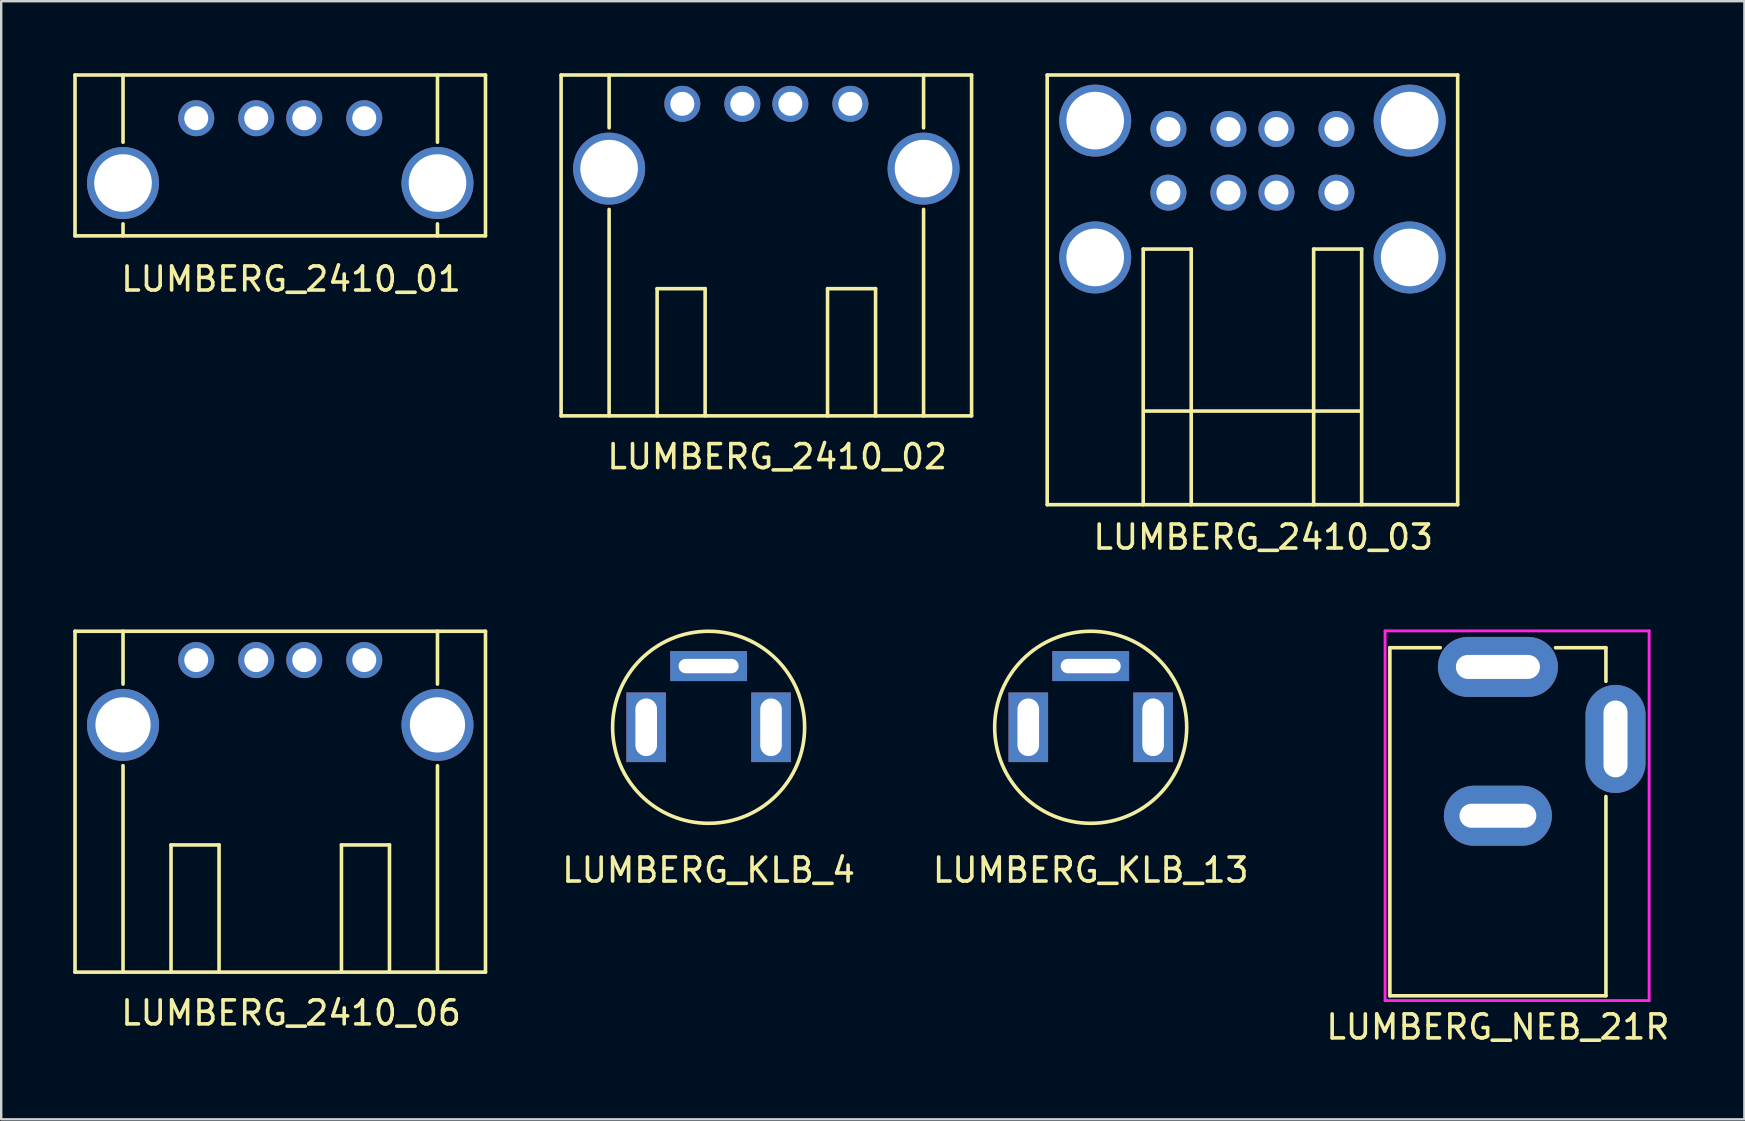
<source format=kicad_pcb>
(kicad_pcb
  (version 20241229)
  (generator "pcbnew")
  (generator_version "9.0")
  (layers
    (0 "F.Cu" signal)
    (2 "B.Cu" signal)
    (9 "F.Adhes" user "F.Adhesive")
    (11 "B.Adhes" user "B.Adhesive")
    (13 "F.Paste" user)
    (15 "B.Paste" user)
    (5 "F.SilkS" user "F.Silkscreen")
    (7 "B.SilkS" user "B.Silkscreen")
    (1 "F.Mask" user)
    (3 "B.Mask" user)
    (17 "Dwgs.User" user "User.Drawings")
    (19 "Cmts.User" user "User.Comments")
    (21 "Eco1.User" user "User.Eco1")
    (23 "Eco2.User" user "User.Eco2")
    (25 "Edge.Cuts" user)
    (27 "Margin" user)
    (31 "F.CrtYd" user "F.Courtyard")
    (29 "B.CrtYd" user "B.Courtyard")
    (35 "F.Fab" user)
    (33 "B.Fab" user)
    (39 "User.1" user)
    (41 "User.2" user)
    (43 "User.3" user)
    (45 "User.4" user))
  (footprint "LUMBERG_KLB_13"
    (layer "F.Cu")
    (at 42.387 27.248)
    (property "Reference" "LUMBERG_KLB_13" (at 0 5.95 0) (layer "F.SilkS") (effects (font (size 1 1) (thickness 0.15))))
    (attr through_hole)
    (fp_circle (center 0 0) (end 4 0) (stroke (width 0.15) (type solid)) (fill no) (layer "F.SilkS"))
    (pad "1" thru_hole rect (at 2.6 0) (size 1.65 2.9) (drill oval 0.9 2.4) (layers "*.Cu" "*.Mask"))
    (pad "2" thru_hole rect (at 0 -2.55 90) (size 1.25 3.2) (drill oval 0.6 2.5) (layers "*.Cu" "*.Mask"))
    (pad "3" thru_hole rect (at -2.6 0) (size 1.65 2.9) (drill oval 0.9 2.4) (layers "*.Cu" "*.Mask")))
  (footprint "LUMBERG_2410_02"
    (layer "F.Cu")
    (at 22.325 3.975)
    (property "Reference" "LUMBERG_2410_02" (at 7 12 0) (layer "F.SilkS") (effects (font (size 1 1) (thickness 0.15))))
    (attr through_hole)
    (fp_line (start -2 -3.9) (end 15.1 -3.9) (stroke (width 0.15) (type solid)) (layer "F.SilkS"))
    (fp_line (start -2 10.3) (end -2 -3.9) (stroke (width 0.15) (type solid)) (layer "F.SilkS"))
    (fp_line (start 0 -3.9) (end 0 -1.7) (stroke (width 0.15) (type solid)) (layer "F.SilkS"))
    (fp_line (start 0 1.7) (end 0 10.3) (stroke (width 0.15) (type solid)) (layer "F.SilkS"))
    (fp_line (start 2 5) (end 2 10.3) (stroke (width 0.15) (type solid)) (layer "F.SilkS"))
    (fp_line (start 2 5) (end 4 5) (stroke (width 0.15) (type solid)) (layer "F.SilkS"))
    (fp_line (start 4 5) (end 4 10.3) (stroke (width 0.15) (type solid)) (layer "F.SilkS"))
    (fp_line (start 9.1 5) (end 9.1 10.3) (stroke (width 0.15) (type solid)) (layer "F.SilkS"))
    (fp_line (start 9.1 5) (end 11.1 5) (stroke (width 0.15) (type solid)) (layer "F.SilkS"))
    (fp_line (start 11.1 5) (end 11.1 10.3) (stroke (width 0.15) (type solid)) (layer "F.SilkS"))
    (fp_line (start 13.1 -3.9) (end 13.1 -1.7) (stroke (width 0.15) (type solid)) (layer "F.SilkS"))
    (fp_line (start 13.1 1.7) (end 13.1 10.3) (stroke (width 0.15) (type solid)) (layer "F.SilkS"))
    (fp_line (start 15.1 -3.9) (end 15.1 10.3) (stroke (width 0.15) (type solid)) (layer "F.SilkS"))
    (fp_line (start 15.1 10.3) (end -2 10.3) (stroke (width 0.15) (type solid)) (layer "F.SilkS"))
    (pad "1" thru_hole circle (at 3.05 -2.7) (size 1.5 1.5) (drill 1) (layers "*.Cu" "*.Mask"))
    (pad "2" thru_hole circle (at 5.55 -2.7) (size 1.5 1.5) (drill 1) (layers "*.Cu" "*.Mask"))
    (pad "3" thru_hole circle (at 7.55 -2.7) (size 1.5 1.5) (drill 1) (layers "*.Cu" "*.Mask"))
    (pad "4" thru_hole circle (at 10.05 -2.7) (size 1.5 1.5) (drill 1) (layers "*.Cu" "*.Mask"))
    (pad "5" thru_hole circle (at 0 0) (size 3 3) (drill 2.4) (layers "*.Cu" "*.Mask"))
    (pad "5" thru_hole circle (at 13.1 0) (size 3 3) (drill 2.4) (layers "*.Cu" "*.Mask")))
  (footprint "LUMBERG_2410_01"
    (layer "F.Cu")
    (at 2.075 4.575)
    (property "Reference" "LUMBERG_2410_01" (at 7 4 0) (layer "F.SilkS") (effects (font (size 1 1) (thickness 0.15))))
    (attr through_hole)
    (fp_line (start -2 -4.5) (end 15.1 -4.5) (stroke (width 0.15) (type solid)) (layer "F.SilkS"))
    (fp_line (start -2 2.2) (end -2 -4.5) (stroke (width 0.15) (type solid)) (layer "F.SilkS"))
    (fp_line (start 0 -4.5) (end 0 -1.7) (stroke (width 0.15) (type solid)) (layer "F.SilkS"))
    (fp_line (start 0 1.7) (end 0 2.2) (stroke (width 0.15) (type solid)) (layer "F.SilkS"))
    (fp_line (start 13.1 -4.5) (end 13.1 -1.7) (stroke (width 0.15) (type solid)) (layer "F.SilkS"))
    (fp_line (start 13.1 1.7) (end 13.1 2.2) (stroke (width 0.15) (type solid)) (layer "F.SilkS"))
    (fp_line (start 15.1 -4.5) (end 15.1 2.2) (stroke (width 0.15) (type solid)) (layer "F.SilkS"))
    (fp_line (start 15.1 2.2) (end -2 2.2) (stroke (width 0.15) (type solid)) (layer "F.SilkS"))
    (pad "1" thru_hole circle (at 3.05 -2.7) (size 1.5 1.5) (drill 1) (layers "*.Cu" "*.Mask"))
    (pad "2" thru_hole circle (at 5.55 -2.7) (size 1.5 1.5) (drill 1) (layers "*.Cu" "*.Mask"))
    (pad "3" thru_hole circle (at 7.55 -2.7) (size 1.5 1.5) (drill 1) (layers "*.Cu" "*.Mask"))
    (pad "4" thru_hole circle (at 10.05 -2.7) (size 1.5 1.5) (drill 1) (layers "*.Cu" "*.Mask"))
    (pad "5" thru_hole circle (at 0 0) (size 3 3) (drill 2.4) (layers "*.Cu" "*.Mask"))
    (pad "5" thru_hole circle (at 13.1 0) (size 3 3) (drill 2.4) (layers "*.Cu" "*.Mask")))
  (footprint "LUMBERG_2410_06"
    (layer "F.Cu")
    (at 2.075 27.148)
    (property "Reference" "LUMBERG_2410_06" (at 7 12 0) (layer "F.SilkS") (effects (font (size 1 1) (thickness 0.15))))
    (attr through_hole)
    (fp_line (start -2 -3.9) (end 15.1 -3.9) (stroke (width 0.15) (type solid)) (layer "F.SilkS"))
    (fp_line (start -2 10.3) (end -2 -3.9) (stroke (width 0.15) (type solid)) (layer "F.SilkS"))
    (fp_line (start 0 -3.9) (end 0 -1.7) (stroke (width 0.15) (type solid)) (layer "F.SilkS"))
    (fp_line (start 0 1.7) (end 0 10.3) (stroke (width 0.15) (type solid)) (layer "F.SilkS"))
    (fp_line (start 2 5) (end 2 10.3) (stroke (width 0.15) (type solid)) (layer "F.SilkS"))
    (fp_line (start 2 5) (end 4 5) (stroke (width 0.15) (type solid)) (layer "F.SilkS"))
    (fp_line (start 4 5) (end 4 10.3) (stroke (width 0.15) (type solid)) (layer "F.SilkS"))
    (fp_line (start 9.1 5) (end 9.1 10.3) (stroke (width 0.15) (type solid)) (layer "F.SilkS"))
    (fp_line (start 9.1 5) (end 11.1 5) (stroke (width 0.15) (type solid)) (layer "F.SilkS"))
    (fp_line (start 11.1 5) (end 11.1 10.3) (stroke (width 0.15) (type solid)) (layer "F.SilkS"))
    (fp_line (start 13.1 -3.9) (end 13.1 -1.7) (stroke (width 0.15) (type solid)) (layer "F.SilkS"))
    (fp_line (start 13.1 1.7) (end 13.1 10.3) (stroke (width 0.15) (type solid)) (layer "F.SilkS"))
    (fp_line (start 15.1 -3.9) (end 15.1 10.3) (stroke (width 0.15) (type solid)) (layer "F.SilkS"))
    (fp_line (start 15.1 10.3) (end -2 10.3) (stroke (width 0.15) (type solid)) (layer "F.SilkS"))
    (pad "1" thru_hole circle (at 3.05 -2.7) (size 1.5 1.5) (drill 1) (layers "*.Cu" "*.Mask"))
    (pad "2" thru_hole circle (at 5.55 -2.7) (size 1.5 1.5) (drill 1) (layers "*.Cu" "*.Mask"))
    (pad "3" thru_hole circle (at 7.55 -2.7) (size 1.5 1.5) (drill 1) (layers "*.Cu" "*.Mask"))
    (pad "4" thru_hole circle (at 10.05 -2.7) (size 1.5 1.5) (drill 1) (layers "*.Cu" "*.Mask"))
    (pad "5" thru_hole circle (at 0 0) (size 3 3) (drill 2.3) (layers "*.Cu" "*.Mask"))
    (pad "5" thru_hole circle (at 13.1 0) (size 3 3) (drill 2.3) (layers "*.Cu" "*.Mask")))
  (footprint "LUMBERG_NEB_21R"
    (layer "F.Cu")
    (at 59.351 24.733)
    (property "Reference" "LUMBERG_NEB_21R" (at 0 15 0) (layer "F.SilkS") (effects (font (size 1 1) (thickness 0.15))))
    (attr through_hole)
    (fp_line (start -4.5 -0.8) (end -4.5 13.7) (stroke (width 0.15) (type solid)) (layer "F.SilkS"))
    (fp_line (start -4.5 -0.8) (end -2.4 -0.8) (stroke (width 0.15) (type solid)) (layer "F.SilkS"))
    (fp_line (start 2.4 -0.8) (end 4.5 -0.8) (stroke (width 0.15) (type solid)) (layer "F.SilkS"))
    (fp_line (start 4.5 -0.8) (end 4.5 0.6) (stroke (width 0.15) (type solid)) (layer "F.SilkS"))
    (fp_line (start 4.5 13.7) (end -4.5 13.7) (stroke (width 0.15) (type solid)) (layer "F.SilkS"))
    (fp_line (start 4.5 13.7) (end 4.5 5.4) (stroke (width 0.15) (type solid)) (layer "F.SilkS"))
    (fp_line (start -4.7 -1.5) (end -4.7 13.9) (stroke (width 0.12) (type solid)) (layer "F.CrtYd"))
    (fp_line (start -4.7 13.9) (end 6.3 13.9) (stroke (width 0.12) (type solid)) (layer "F.CrtYd"))
    (fp_line (start 6.3 -1.5) (end -4.7 -1.5) (stroke (width 0.12) (type solid)) (layer "F.CrtYd"))
    (fp_line (start 6.3 13.9) (end 6.3 -1.5) (stroke (width 0.12) (type solid)) (layer "F.CrtYd"))
    (pad "1" thru_hole oval (at 0 0) (size 5 2.5) (drill oval 3.5 1) (layers "*.Cu" "*.Mask"))
    (pad "2" thru_hole oval (at 0 6.2) (size 4.5 2.5) (drill oval 3.2 1) (layers "*.Cu" "*.Mask"))
    (pad "3" thru_hole oval (at 4.9 3 90) (size 4.5 2.5) (drill oval 3.2 1) (layers "*.Cu" "*.Mask")))
  (footprint "LUMBERG_2410_03"
    (layer "F.Cu")
    (at 52.625 2.325)
    (property "Reference" "LUMBERG_2410_03" (at -3.05 17 0) (layer "F.SilkS") (effects (font (size 1 1) (thickness 0.15))))
    (attr through_hole)
    (fp_line (start -12.05 -2.25) (end 5.05 -2.25) (stroke (width 0.15) (type solid)) (layer "F.SilkS"))
    (fp_line (start -12.05 15.65) (end -12.05 -2.25) (stroke (width 0.15) (type solid)) (layer "F.SilkS"))
    (fp_line (start -8.05 5) (end -8.05 15.65) (stroke (width 0.15) (type solid)) (layer "F.SilkS"))
    (fp_line (start -8.05 5) (end -6.05 5) (stroke (width 0.15) (type solid)) (layer "F.SilkS"))
    (fp_line (start -8 11.75) (end 1 11.75) (stroke (width 0.15) (type solid)) (layer "F.SilkS"))
    (fp_line (start -6.05 5) (end -6.05 15.65) (stroke (width 0.15) (type solid)) (layer "F.SilkS"))
    (fp_line (start -0.95 5) (end -0.95 15.65) (stroke (width 0.15) (type solid)) (layer "F.SilkS"))
    (fp_line (start -0.95 5) (end 1.05 5) (stroke (width 0.15) (type solid)) (layer "F.SilkS"))
    (fp_line (start 1.05 5) (end 1.05 15.65) (stroke (width 0.15) (type solid)) (layer "F.SilkS"))
    (fp_line (start 5.05 -2.25) (end 5.05 15.65) (stroke (width 0.15) (type solid)) (layer "F.SilkS"))
    (fp_line (start 5.05 15.65) (end -12.05 15.65) (stroke (width 0.15) (type solid)) (layer "F.SilkS"))
    (pad "1" thru_hole circle (at -7 0) (size 1.5 1.5) (drill 1) (layers "*.Cu" "*.Mask"))
    (pad "2" thru_hole circle (at -4.5 0) (size 1.5 1.5) (drill 1) (layers "*.Cu" "*.Mask"))
    (pad "3" thru_hole circle (at -2.5 0) (size 1.5 1.5) (drill 1) (layers "*.Cu" "*.Mask"))
    (pad "4" thru_hole circle (at 0 0) (size 1.5 1.5) (drill 1) (layers "*.Cu" "*.Mask"))
    (pad "5" thru_hole circle (at -7 2.65) (size 1.5 1.5) (drill 1) (layers "*.Cu" "*.Mask"))
    (pad "6" thru_hole circle (at -4.5 2.65) (size 1.5 1.5) (drill 1) (layers "*.Cu" "*.Mask"))
    (pad "7" thru_hole circle (at -2.5 2.65) (size 1.5 1.5) (drill 1) (layers "*.Cu" "*.Mask"))
    (pad "8" thru_hole circle (at 0 2.65) (size 1.5 1.5) (drill 1) (layers "*.Cu" "*.Mask"))
    (pad "9" thru_hole circle (at -10.05 -0.35) (size 3 3) (drill 2.4) (layers "*.Cu" "*.Mask"))
    (pad "9" thru_hole circle (at -10.05 5.35) (size 3 3) (drill 2.4) (layers "*.Cu" "*.Mask"))
    (pad "9" thru_hole circle (at 3.05 -0.35) (size 3 3) (drill 2.4) (layers "*.Cu" "*.Mask"))
    (pad "9" thru_hole circle (at 3.05 5.35) (size 3 3) (drill 2.4) (layers "*.Cu" "*.Mask")))
  (footprint "LUMBERG_KLB_4"
    (layer "F.Cu")
    (at 26.47 27.248)
    (property "Reference" "LUMBERG_KLB_4" (at 0 5.95 0) (layer "F.SilkS") (effects (font (size 1 1) (thickness 0.15))))
    (attr through_hole)
    (fp_circle (center 0 0) (end 4 0) (stroke (width 0.15) (type solid)) (fill no) (layer "F.SilkS"))
    (pad "1" thru_hole rect (at 2.6 0) (size 1.65 2.9) (drill oval 0.9 2.4) (layers "*.Cu" "*.Mask"))
    (pad "2" thru_hole rect (at 0 -2.55 90) (size 1.25 3.2) (drill oval 0.6 2.5) (layers "*.Cu" "*.Mask"))
    (pad "3" thru_hole rect (at -2.6 0) (size 1.65 2.9) (drill oval 0.9 2.4) (layers "*.Cu" "*.Mask")))
  (gr_rect
    (start -3 -3)
    (end 69.619 43.581)
    (stroke (width 0.1) (type default))
    (fill no)
    (layer "Edge.Cuts")))
</source>
